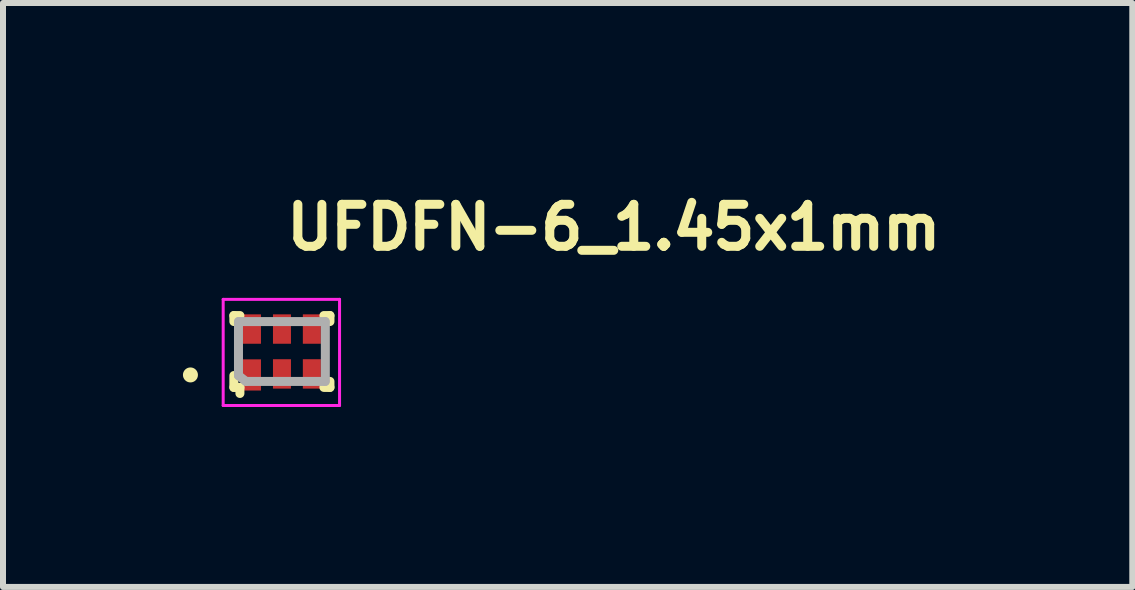
<source format=kicad_pcb>
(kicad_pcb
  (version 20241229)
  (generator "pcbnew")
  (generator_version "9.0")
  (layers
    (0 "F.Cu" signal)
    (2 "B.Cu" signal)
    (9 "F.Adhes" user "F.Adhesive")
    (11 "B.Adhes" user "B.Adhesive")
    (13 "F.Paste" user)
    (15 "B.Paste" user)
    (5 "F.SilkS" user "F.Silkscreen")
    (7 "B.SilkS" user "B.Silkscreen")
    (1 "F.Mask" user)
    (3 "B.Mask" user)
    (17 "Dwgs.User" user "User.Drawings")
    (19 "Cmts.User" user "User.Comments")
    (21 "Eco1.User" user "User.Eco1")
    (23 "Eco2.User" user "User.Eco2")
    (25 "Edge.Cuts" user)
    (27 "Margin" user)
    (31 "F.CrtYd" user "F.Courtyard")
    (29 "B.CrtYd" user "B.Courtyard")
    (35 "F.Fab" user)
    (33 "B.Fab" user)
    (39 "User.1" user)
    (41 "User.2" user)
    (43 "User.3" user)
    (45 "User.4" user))
  (footprint "UFDFN-6_1.45x1mm"
    (layer "F.Cu")
    (at 1.651 2.811)
    (property "Reference" "UFDFN-6_1.45x1mm" (at 0 -1.661 0) (layer "F.SilkS") (effects (font (size 0.7 0.7) (thickness 0.15)) (justify left bottom)))
    (attr smd)
    (fp_line (start -0.802 -0.6) (end -0.802 -0.5) (stroke (width 0.15) (type solid)) (layer "F.SilkS"))
    (fp_line (start -0.802 0.4) (end -0.802 0.598) (stroke (width 0.15) (type solid)) (layer "F.SilkS"))
    (fp_line (start -0.802 0.598) (end -0.701 0.598) (stroke (width 0.15) (type solid)) (layer "F.SilkS"))
    (fp_line (start -0.701 -0.6) (end -0.802 -0.6) (stroke (width 0.15) (type solid)) (layer "F.SilkS"))
    (fp_line (start -0.701 0.598) (end -0.701 0.699) (stroke (width 0.15) (type solid)) (layer "F.SilkS"))
    (fp_line (start 0.699 -0.6) (end 0.8 -0.6) (stroke (width 0.15) (type solid)) (layer "F.SilkS"))
    (fp_line (start 0.699 0.598) (end 0.8 0.598) (stroke (width 0.15) (type solid)) (layer "F.SilkS"))
    (fp_line (start 0.8 -0.6) (end 0.8 -0.5) (stroke (width 0.15) (type solid)) (layer "F.SilkS"))
    (fp_line (start 0.8 0.598) (end 0.8 0.498) (stroke (width 0.15) (type solid)) (layer "F.SilkS"))
    (fp_circle (center -1.526 0.39) (end -1.476 0.39) (stroke (width 0.15) (type solid)) (fill yes) (layer "F.SilkS"))
    (fp_line (start -0.98 -0.87) (end 0.96 -0.87) (stroke (width 0.05) (type solid)) (layer "F.CrtYd"))
    (fp_line (start -0.98 0.9) (end -0.98 -0.87) (stroke (width 0.05) (type solid)) (layer "F.CrtYd"))
    (fp_line (start -0.98 0.9) (end 0.96 0.9) (stroke (width 0.05) (type solid)) (layer "F.CrtYd"))
    (fp_line (start 0.96 0.9) (end 0.96 -0.87) (stroke (width 0.05) (type solid)) (layer "F.CrtYd"))
    (fp_line (start -0.725 0.4) (end -0.725 -0.5) (stroke (width 0.15) (type solid)) (layer "F.Fab"))
    (fp_line (start -0.725 0.4) (end -0.6 0.498) (stroke (width 0.15) (type solid)) (layer "F.Fab"))
    (fp_line (start -0.72 -0.5) (end 0.718 -0.5) (stroke (width 0.15) (type solid)) (layer "F.Fab"))
    (fp_line (start -0.6 0.498) (end 0.718 0.498) (stroke (width 0.15) (type solid)) (layer "F.Fab"))
    (fp_line (start 0.723 0.498) (end 0.723 -0.5) (stroke (width 0.15) (type solid)) (layer "F.Fab"))
    (fp_rect (start -0.725 -0.5) (end 0.723 0.498) (stroke (width 0.1) (type solid)) (fill no) (layer "User.5"))
    (fp_line (start -0.725 -0.5) (end -0.725 0.498) (stroke (width 0.02) (type solid)) (layer "User.9"))
    (fp_line (start -0.725 0.498) (end 0.723 0.498) (stroke (width 0.02) (type solid)) (layer "User.9"))
    (fp_line (start 0.458 -0.339) (end 0.458 -0.337) (stroke (width 0.02) (type solid)) (layer "User.9"))
    (fp_line (start 0.458 -0.339) (end 0.458 -0.337) (stroke (width 0.02) (type solid)) (layer "User.9"))
    (fp_line (start 0.458 -0.337) (end 0.458 -0.335) (stroke (width 0.02) (type solid)) (layer "User.9"))
    (fp_line (start 0.458 -0.337) (end 0.458 -0.335) (stroke (width 0.02) (type solid)) (layer "User.9"))
    (fp_line (start 0.458 -0.335) (end 0.458 -0.332) (stroke (width 0.02) (type solid)) (layer "User.9"))
    (fp_line (start 0.458 -0.335) (end 0.458 -0.332) (stroke (width 0.02) (type solid)) (layer "User.9"))
    (fp_line (start 0.458 -0.332) (end 0.458 -0.33) (stroke (width 0.02) (type solid)) (layer "User.9"))
    (fp_line (start 0.458 -0.332) (end 0.458 -0.33) (stroke (width 0.02) (type solid)) (layer "User.9"))
    (fp_line (start 0.458 -0.33) (end 0.458 -0.326) (stroke (width 0.02) (type solid)) (layer "User.9"))
    (fp_line (start 0.458 -0.33) (end 0.458 -0.326) (stroke (width 0.02) (type solid)) (layer "User.9"))
    (fp_line (start 0.458 -0.326) (end 0.458 -0.322) (stroke (width 0.02) (type solid)) (layer "User.9"))
    (fp_line (start 0.458 -0.326) (end 0.458 -0.322) (stroke (width 0.02) (type solid)) (layer "User.9"))
    (fp_line (start 0.458 -0.322) (end 0.459 -0.317) (stroke (width 0.02) (type solid)) (layer "User.9"))
    (fp_line (start 0.458 -0.322) (end 0.459 -0.317) (stroke (width 0.02) (type solid)) (layer "User.9"))
    (fp_line (start 0.459 -0.345) (end 0.459 -0.343) (stroke (width 0.02) (type solid)) (layer "User.9"))
    (fp_line (start 0.459 -0.345) (end 0.459 -0.343) (stroke (width 0.02) (type solid)) (layer "User.9"))
    (fp_line (start 0.459 -0.343) (end 0.459 -0.341) (stroke (width 0.02) (type solid)) (layer "User.9"))
    (fp_line (start 0.459 -0.343) (end 0.459 -0.341) (stroke (width 0.02) (type solid)) (layer "User.9"))
    (fp_line (start 0.459 -0.341) (end 0.458 -0.339) (stroke (width 0.02) (type solid)) (layer "User.9"))
    (fp_line (start 0.459 -0.341) (end 0.458 -0.339) (stroke (width 0.02) (type solid)) (layer "User.9"))
    (fp_line (start 0.459 -0.317) (end 0.46 -0.313) (stroke (width 0.02) (type solid)) (layer "User.9"))
    (fp_line (start 0.459 -0.317) (end 0.46 -0.313) (stroke (width 0.02) (type solid)) (layer "User.9"))
    (fp_line (start 0.46 -0.347) (end 0.459 -0.345) (stroke (width 0.02) (type solid)) (layer "User.9"))
    (fp_line (start 0.46 -0.347) (end 0.459 -0.345) (stroke (width 0.02) (type solid)) (layer "User.9"))
    (fp_line (start 0.46 -0.313) (end 0.461 -0.309) (stroke (width 0.02) (type solid)) (layer "User.9"))
    (fp_line (start 0.46 -0.313) (end 0.461 -0.309) (stroke (width 0.02) (type solid)) (layer "User.9"))
    (fp_line (start 0.461 -0.35) (end 0.461 -0.349) (stroke (width 0.02) (type solid)) (layer "User.9"))
    (fp_line (start 0.461 -0.35) (end 0.461 -0.349) (stroke (width 0.02) (type solid)) (layer "User.9"))
    (fp_line (start 0.461 -0.349) (end 0.46 -0.347) (stroke (width 0.02) (type solid)) (layer "User.9"))
    (fp_line (start 0.461 -0.349) (end 0.46 -0.347) (stroke (width 0.02) (type solid)) (layer "User.9"))
    (fp_line (start 0.461 -0.309) (end 0.463 -0.306) (stroke (width 0.02) (type solid)) (layer "User.9"))
    (fp_line (start 0.461 -0.309) (end 0.463 -0.306) (stroke (width 0.02) (type solid)) (layer "User.9"))
    (fp_line (start 0.462 -0.352) (end 0.461 -0.35) (stroke (width 0.02) (type solid)) (layer "User.9"))
    (fp_line (start 0.462 -0.352) (end 0.461 -0.35) (stroke (width 0.02) (type solid)) (layer "User.9"))
    (fp_line (start 0.463 -0.355) (end 0.463 -0.353) (stroke (width 0.02) (type solid)) (layer "User.9"))
    (fp_line (start 0.463 -0.355) (end 0.463 -0.353) (stroke (width 0.02) (type solid)) (layer "User.9"))
    (fp_line (start 0.463 -0.353) (end 0.462 -0.352) (stroke (width 0.02) (type solid)) (layer "User.9"))
    (fp_line (start 0.463 -0.353) (end 0.462 -0.352) (stroke (width 0.02) (type solid)) (layer "User.9"))
    (fp_line (start 0.463 -0.306) (end 0.464 -0.302) (stroke (width 0.02) (type solid)) (layer "User.9"))
    (fp_line (start 0.463 -0.306) (end 0.464 -0.302) (stroke (width 0.02) (type solid)) (layer "User.9"))
    (fp_line (start 0.464 -0.357) (end 0.463 -0.355) (stroke (width 0.02) (type solid)) (layer "User.9"))
    (fp_line (start 0.464 -0.357) (end 0.463 -0.355) (stroke (width 0.02) (type solid)) (layer "User.9"))
    (fp_line (start 0.464 -0.302) (end 0.466 -0.298) (stroke (width 0.02) (type solid)) (layer "User.9"))
    (fp_line (start 0.464 -0.302) (end 0.466 -0.298) (stroke (width 0.02) (type solid)) (layer "User.9"))
    (fp_line (start 0.465 -0.359) (end 0.464 -0.357) (stroke (width 0.02) (type solid)) (layer "User.9"))
    (fp_line (start 0.465 -0.359) (end 0.464 -0.357) (stroke (width 0.02) (type solid)) (layer "User.9"))
    (fp_line (start 0.466 -0.36) (end 0.465 -0.359) (stroke (width 0.02) (type solid)) (layer "User.9"))
    (fp_line (start 0.466 -0.36) (end 0.465 -0.359) (stroke (width 0.02) (type solid)) (layer "User.9"))
    (fp_line (start 0.466 -0.298) (end 0.468 -0.295) (stroke (width 0.02) (type solid)) (layer "User.9"))
    (fp_line (start 0.466 -0.298) (end 0.468 -0.295) (stroke (width 0.02) (type solid)) (layer "User.9"))
    (fp_line (start 0.467 -0.362) (end 0.466 -0.36) (stroke (width 0.02) (type solid)) (layer "User.9"))
    (fp_line (start 0.467 -0.362) (end 0.466 -0.36) (stroke (width 0.02) (type solid)) (layer "User.9"))
    (fp_line (start 0.468 -0.364) (end 0.467 -0.362) (stroke (width 0.02) (type solid)) (layer "User.9"))
    (fp_line (start 0.468 -0.364) (end 0.467 -0.362) (stroke (width 0.02) (type solid)) (layer "User.9"))
    (fp_line (start 0.468 -0.295) (end 0.471 -0.292) (stroke (width 0.02) (type solid)) (layer "User.9"))
    (fp_line (start 0.468 -0.295) (end 0.471 -0.292) (stroke (width 0.02) (type solid)) (layer "User.9"))
    (fp_line (start 0.469 -0.365) (end 0.468 -0.364) (stroke (width 0.02) (type solid)) (layer "User.9"))
    (fp_line (start 0.469 -0.365) (end 0.468 -0.364) (stroke (width 0.02) (type solid)) (layer "User.9"))
    (fp_line (start 0.471 -0.367) (end 0.469 -0.365) (stroke (width 0.02) (type solid)) (layer "User.9"))
    (fp_line (start 0.471 -0.367) (end 0.469 -0.365) (stroke (width 0.02) (type solid)) (layer "User.9"))
    (fp_line (start 0.471 -0.292) (end 0.473 -0.289) (stroke (width 0.02) (type solid)) (layer "User.9"))
    (fp_line (start 0.471 -0.292) (end 0.473 -0.289) (stroke (width 0.02) (type solid)) (layer "User.9"))
    (fp_line (start 0.472 -0.369) (end 0.471 -0.367) (stroke (width 0.02) (type solid)) (layer "User.9"))
    (fp_line (start 0.472 -0.369) (end 0.471 -0.367) (stroke (width 0.02) (type solid)) (layer "User.9"))
    (fp_line (start 0.473 -0.37) (end 0.472 -0.369) (stroke (width 0.02) (type solid)) (layer "User.9"))
    (fp_line (start 0.473 -0.37) (end 0.472 -0.369) (stroke (width 0.02) (type solid)) (layer "User.9"))
    (fp_line (start 0.473 -0.289) (end 0.476 -0.287) (stroke (width 0.02) (type solid)) (layer "User.9"))
    (fp_line (start 0.473 -0.289) (end 0.476 -0.287) (stroke (width 0.02) (type solid)) (layer "User.9"))
    (fp_line (start 0.474 -0.372) (end 0.473 -0.37) (stroke (width 0.02) (type solid)) (layer "User.9"))
    (fp_line (start 0.474 -0.372) (end 0.473 -0.37) (stroke (width 0.02) (type solid)) (layer "User.9"))
    (fp_line (start 0.476 -0.373) (end 0.474 -0.372) (stroke (width 0.02) (type solid)) (layer "User.9"))
    (fp_line (start 0.476 -0.373) (end 0.474 -0.372) (stroke (width 0.02) (type solid)) (layer "User.9"))
    (fp_line (start 0.476 -0.287) (end 0.479 -0.284) (stroke (width 0.02) (type solid)) (layer "User.9"))
    (fp_line (start 0.476 -0.287) (end 0.479 -0.284) (stroke (width 0.02) (type solid)) (layer "User.9"))
    (fp_line (start 0.477 -0.375) (end 0.476 -0.373) (stroke (width 0.02) (type solid)) (layer "User.9"))
    (fp_line (start 0.477 -0.375) (end 0.476 -0.373) (stroke (width 0.02) (type solid)) (layer "User.9"))
    (fp_line (start 0.479 -0.377) (end 0.479 -0.376) (stroke (width 0.02) (type solid)) (layer "User.9"))
    (fp_line (start 0.479 -0.377) (end 0.479 -0.376) (stroke (width 0.02) (type solid)) (layer "User.9"))
    (fp_line (start 0.479 -0.376) (end 0.477 -0.375) (stroke (width 0.02) (type solid)) (layer "User.9"))
    (fp_line (start 0.479 -0.376) (end 0.477 -0.375) (stroke (width 0.02) (type solid)) (layer "User.9"))
    (fp_line (start 0.479 -0.284) (end 0.481 -0.281) (stroke (width 0.02) (type solid)) (layer "User.9"))
    (fp_line (start 0.479 -0.284) (end 0.481 -0.281) (stroke (width 0.02) (type solid)) (layer "User.9"))
    (fp_line (start 0.481 -0.379) (end 0.479 -0.377) (stroke (width 0.02) (type solid)) (layer "User.9"))
    (fp_line (start 0.481 -0.379) (end 0.479 -0.377) (stroke (width 0.02) (type solid)) (layer "User.9"))
    (fp_line (start 0.481 -0.281) (end 0.484 -0.279) (stroke (width 0.02) (type solid)) (layer "User.9"))
    (fp_line (start 0.481 -0.281) (end 0.484 -0.279) (stroke (width 0.02) (type solid)) (layer "User.9"))
    (fp_line (start 0.483 -0.38) (end 0.481 -0.379) (stroke (width 0.02) (type solid)) (layer "User.9"))
    (fp_line (start 0.483 -0.38) (end 0.481 -0.379) (stroke (width 0.02) (type solid)) (layer "User.9"))
    (fp_line (start 0.484 -0.381) (end 0.483 -0.38) (stroke (width 0.02) (type solid)) (layer "User.9"))
    (fp_line (start 0.484 -0.381) (end 0.483 -0.38) (stroke (width 0.02) (type solid)) (layer "User.9"))
    (fp_line (start 0.484 -0.279) (end 0.488 -0.277) (stroke (width 0.02) (type solid)) (layer "User.9"))
    (fp_line (start 0.484 -0.279) (end 0.488 -0.277) (stroke (width 0.02) (type solid)) (layer "User.9"))
    (fp_line (start 0.486 -0.382) (end 0.484 -0.381) (stroke (width 0.02) (type solid)) (layer "User.9"))
    (fp_line (start 0.486 -0.382) (end 0.484 -0.381) (stroke (width 0.02) (type solid)) (layer "User.9"))
    (fp_line (start 0.488 -0.383) (end 0.486 -0.382) (stroke (width 0.02) (type solid)) (layer "User.9"))
    (fp_line (start 0.488 -0.383) (end 0.486 -0.382) (stroke (width 0.02) (type solid)) (layer "User.9"))
    (fp_line (start 0.488 -0.383) (end 0.488 -0.383) (stroke (width 0.02) (type solid)) (layer "User.9"))
    (fp_line (start 0.488 -0.383) (end 0.488 -0.383) (stroke (width 0.02) (type solid)) (layer "User.9"))
    (fp_line (start 0.488 -0.277) (end 0.488 -0.277) (stroke (width 0.02) (type solid)) (layer "User.9"))
    (fp_line (start 0.488 -0.277) (end 0.488 -0.277) (stroke (width 0.02) (type solid)) (layer "User.9"))
    (fp_line (start 0.488 -0.277) (end 0.491 -0.275) (stroke (width 0.02) (type solid)) (layer "User.9"))
    (fp_line (start 0.488 -0.277) (end 0.491 -0.275) (stroke (width 0.02) (type solid)) (layer "User.9"))
    (fp_line (start 0.491 -0.386) (end 0.488 -0.383) (stroke (width 0.02) (type solid)) (layer "User.9"))
    (fp_line (start 0.491 -0.386) (end 0.488 -0.383) (stroke (width 0.02) (type solid)) (layer "User.9"))
    (fp_line (start 0.491 -0.275) (end 0.495 -0.273) (stroke (width 0.02) (type solid)) (layer "User.9"))
    (fp_line (start 0.491 -0.275) (end 0.495 -0.273) (stroke (width 0.02) (type solid)) (layer "User.9"))
    (fp_line (start 0.495 -0.388) (end 0.491 -0.386) (stroke (width 0.02) (type solid)) (layer "User.9"))
    (fp_line (start 0.495 -0.388) (end 0.491 -0.386) (stroke (width 0.02) (type solid)) (layer "User.9"))
    (fp_line (start 0.495 -0.273) (end 0.499 -0.272) (stroke (width 0.02) (type solid)) (layer "User.9"))
    (fp_line (start 0.495 -0.273) (end 0.499 -0.272) (stroke (width 0.02) (type solid)) (layer "User.9"))
    (fp_line (start 0.499 -0.389) (end 0.495 -0.388) (stroke (width 0.02) (type solid)) (layer "User.9"))
    (fp_line (start 0.499 -0.389) (end 0.495 -0.388) (stroke (width 0.02) (type solid)) (layer "User.9"))
    (fp_line (start 0.499 -0.272) (end 0.503 -0.27) (stroke (width 0.02) (type solid)) (layer "User.9"))
    (fp_line (start 0.499 -0.272) (end 0.503 -0.27) (stroke (width 0.02) (type solid)) (layer "User.9"))
    (fp_line (start 0.503 -0.39) (end 0.499 -0.389) (stroke (width 0.02) (type solid)) (layer "User.9"))
    (fp_line (start 0.503 -0.39) (end 0.499 -0.389) (stroke (width 0.02) (type solid)) (layer "User.9"))
    (fp_line (start 0.503 -0.27) (end 0.507 -0.27) (stroke (width 0.02) (type solid)) (layer "User.9"))
    (fp_line (start 0.503 -0.27) (end 0.507 -0.27) (stroke (width 0.02) (type solid)) (layer "User.9"))
    (fp_line (start 0.507 -0.391) (end 0.503 -0.39) (stroke (width 0.02) (type solid)) (layer "User.9"))
    (fp_line (start 0.507 -0.391) (end 0.503 -0.39) (stroke (width 0.02) (type solid)) (layer "User.9"))
    (fp_line (start 0.507 -0.27) (end 0.512 -0.269) (stroke (width 0.02) (type solid)) (layer "User.9"))
    (fp_line (start 0.507 -0.27) (end 0.512 -0.269) (stroke (width 0.02) (type solid)) (layer "User.9"))
    (fp_line (start 0.512 -0.392) (end 0.507 -0.391) (stroke (width 0.02) (type solid)) (layer "User.9"))
    (fp_line (start 0.512 -0.392) (end 0.507 -0.391) (stroke (width 0.02) (type solid)) (layer "User.9"))
    (fp_line (start 0.512 -0.269) (end 0.516 -0.269) (stroke (width 0.02) (type solid)) (layer "User.9"))
    (fp_line (start 0.512 -0.269) (end 0.516 -0.269) (stroke (width 0.02) (type solid)) (layer "User.9"))
    (fp_line (start 0.516 -0.392) (end 0.512 -0.392) (stroke (width 0.02) (type solid)) (layer "User.9"))
    (fp_line (start 0.516 -0.392) (end 0.512 -0.392) (stroke (width 0.02) (type solid)) (layer "User.9"))
    (fp_line (start 0.516 -0.269) (end 0.52 -0.268) (stroke (width 0.02) (type solid)) (layer "User.9"))
    (fp_line (start 0.516 -0.269) (end 0.52 -0.268) (stroke (width 0.02) (type solid)) (layer "User.9"))
    (fp_line (start 0.52 -0.392) (end 0.516 -0.392) (stroke (width 0.02) (type solid)) (layer "User.9"))
    (fp_line (start 0.52 -0.392) (end 0.516 -0.392) (stroke (width 0.02) (type solid)) (layer "User.9"))
    (fp_line (start 0.52 -0.268) (end 0.524 -0.269) (stroke (width 0.02) (type solid)) (layer "User.9"))
    (fp_line (start 0.52 -0.268) (end 0.524 -0.269) (stroke (width 0.02) (type solid)) (layer "User.9"))
    (fp_line (start 0.524 -0.392) (end 0.52 -0.392) (stroke (width 0.02) (type solid)) (layer "User.9"))
    (fp_line (start 0.524 -0.392) (end 0.52 -0.392) (stroke (width 0.02) (type solid)) (layer "User.9"))
    (fp_line (start 0.524 -0.269) (end 0.528 -0.269) (stroke (width 0.02) (type solid)) (layer "User.9"))
    (fp_line (start 0.524 -0.269) (end 0.528 -0.269) (stroke (width 0.02) (type solid)) (layer "User.9"))
    (fp_line (start 0.528 -0.392) (end 0.524 -0.392) (stroke (width 0.02) (type solid)) (layer "User.9"))
    (fp_line (start 0.528 -0.392) (end 0.524 -0.392) (stroke (width 0.02) (type solid)) (layer "User.9"))
    (fp_line (start 0.528 -0.269) (end 0.532 -0.27) (stroke (width 0.02) (type solid)) (layer "User.9"))
    (fp_line (start 0.528 -0.269) (end 0.532 -0.27) (stroke (width 0.02) (type solid)) (layer "User.9"))
    (fp_line (start 0.532 -0.391) (end 0.528 -0.392) (stroke (width 0.02) (type solid)) (layer "User.9"))
    (fp_line (start 0.532 -0.391) (end 0.528 -0.392) (stroke (width 0.02) (type solid)) (layer "User.9"))
    (fp_line (start 0.532 -0.27) (end 0.536 -0.27) (stroke (width 0.02) (type solid)) (layer "User.9"))
    (fp_line (start 0.532 -0.27) (end 0.536 -0.27) (stroke (width 0.02) (type solid)) (layer "User.9"))
    (fp_line (start 0.536 -0.39) (end 0.532 -0.391) (stroke (width 0.02) (type solid)) (layer "User.9"))
    (fp_line (start 0.536 -0.39) (end 0.532 -0.391) (stroke (width 0.02) (type solid)) (layer "User.9"))
    (fp_line (start 0.536 -0.27) (end 0.54 -0.272) (stroke (width 0.02) (type solid)) (layer "User.9"))
    (fp_line (start 0.536 -0.27) (end 0.54 -0.272) (stroke (width 0.02) (type solid)) (layer "User.9"))
    (fp_line (start 0.54 -0.389) (end 0.536 -0.39) (stroke (width 0.02) (type solid)) (layer "User.9"))
    (fp_line (start 0.54 -0.389) (end 0.536 -0.39) (stroke (width 0.02) (type solid)) (layer "User.9"))
    (fp_line (start 0.54 -0.272) (end 0.543 -0.273) (stroke (width 0.02) (type solid)) (layer "User.9"))
    (fp_line (start 0.54 -0.272) (end 0.543 -0.273) (stroke (width 0.02) (type solid)) (layer "User.9"))
    (fp_line (start 0.543 -0.388) (end 0.54 -0.389) (stroke (width 0.02) (type solid)) (layer "User.9"))
    (fp_line (start 0.543 -0.388) (end 0.54 -0.389) (stroke (width 0.02) (type solid)) (layer "User.9"))
    (fp_line (start 0.543 -0.273) (end 0.547 -0.275) (stroke (width 0.02) (type solid)) (layer "User.9"))
    (fp_line (start 0.543 -0.273) (end 0.547 -0.275) (stroke (width 0.02) (type solid)) (layer "User.9"))
    (fp_line (start 0.547 -0.386) (end 0.543 -0.388) (stroke (width 0.02) (type solid)) (layer "User.9"))
    (fp_line (start 0.547 -0.386) (end 0.543 -0.388) (stroke (width 0.02) (type solid)) (layer "User.9"))
    (fp_line (start 0.547 -0.275) (end 0.551 -0.277) (stroke (width 0.02) (type solid)) (layer "User.9"))
    (fp_line (start 0.547 -0.275) (end 0.551 -0.277) (stroke (width 0.02) (type solid)) (layer "User.9"))
    (fp_line (start 0.551 -0.383) (end 0.547 -0.386) (stroke (width 0.02) (type solid)) (layer "User.9"))
    (fp_line (start 0.551 -0.383) (end 0.547 -0.386) (stroke (width 0.02) (type solid)) (layer "User.9"))
    (fp_line (start 0.551 -0.383) (end 0.551 -0.383) (stroke (width 0.02) (type solid)) (layer "User.9"))
    (fp_line (start 0.551 -0.383) (end 0.551 -0.383) (stroke (width 0.02) (type solid)) (layer "User.9"))
    (fp_line (start 0.551 -0.277) (end 0.551 -0.277) (stroke (width 0.02) (type solid)) (layer "User.9"))
    (fp_line (start 0.551 -0.277) (end 0.551 -0.277) (stroke (width 0.02) (type solid)) (layer "User.9"))
    (fp_line (start 0.551 -0.277) (end 0.553 -0.278) (stroke (width 0.02) (type solid)) (layer "User.9"))
    (fp_line (start 0.551 -0.277) (end 0.553 -0.278) (stroke (width 0.02) (type solid)) (layer "User.9"))
    (fp_line (start 0.553 -0.278) (end 0.554 -0.279) (stroke (width 0.02) (type solid)) (layer "User.9"))
    (fp_line (start 0.553 -0.278) (end 0.554 -0.279) (stroke (width 0.02) (type solid)) (layer "User.9"))
    (fp_line (start 0.554 -0.381) (end 0.551 -0.383) (stroke (width 0.02) (type solid)) (layer "User.9"))
    (fp_line (start 0.554 -0.381) (end 0.551 -0.383) (stroke (width 0.02) (type solid)) (layer "User.9"))
    (fp_line (start 0.554 -0.279) (end 0.556 -0.28) (stroke (width 0.02) (type solid)) (layer "User.9"))
    (fp_line (start 0.554 -0.279) (end 0.556 -0.28) (stroke (width 0.02) (type solid)) (layer "User.9"))
    (fp_line (start 0.556 -0.28) (end 0.558 -0.281) (stroke (width 0.02) (type solid)) (layer "User.9"))
    (fp_line (start 0.556 -0.28) (end 0.558 -0.281) (stroke (width 0.02) (type solid)) (layer "User.9"))
    (fp_line (start 0.558 -0.379) (end 0.554 -0.381) (stroke (width 0.02) (type solid)) (layer "User.9"))
    (fp_line (start 0.558 -0.379) (end 0.554 -0.381) (stroke (width 0.02) (type solid)) (layer "User.9"))
    (fp_line (start 0.558 -0.281) (end 0.559 -0.283) (stroke (width 0.02) (type solid)) (layer "User.9"))
    (fp_line (start 0.558 -0.281) (end 0.559 -0.283) (stroke (width 0.02) (type solid)) (layer "User.9"))
    (fp_line (start 0.559 -0.283) (end 0.561 -0.284) (stroke (width 0.02) (type solid)) (layer "User.9"))
    (fp_line (start 0.559 -0.283) (end 0.561 -0.284) (stroke (width 0.02) (type solid)) (layer "User.9"))
    (fp_line (start 0.561 -0.376) (end 0.558 -0.379) (stroke (width 0.02) (type solid)) (layer "User.9"))
    (fp_line (start 0.561 -0.376) (end 0.558 -0.379) (stroke (width 0.02) (type solid)) (layer "User.9"))
    (fp_line (start 0.561 -0.284) (end 0.562 -0.285) (stroke (width 0.02) (type solid)) (layer "User.9"))
    (fp_line (start 0.561 -0.284) (end 0.562 -0.285) (stroke (width 0.02) (type solid)) (layer "User.9"))
    (fp_line (start 0.562 -0.285) (end 0.564 -0.287) (stroke (width 0.02) (type solid)) (layer "User.9"))
    (fp_line (start 0.562 -0.285) (end 0.564 -0.287) (stroke (width 0.02) (type solid)) (layer "User.9"))
    (fp_line (start 0.564 -0.373) (end 0.561 -0.376) (stroke (width 0.02) (type solid)) (layer "User.9"))
    (fp_line (start 0.564 -0.373) (end 0.561 -0.376) (stroke (width 0.02) (type solid)) (layer "User.9"))
    (fp_line (start 0.564 -0.287) (end 0.565 -0.288) (stroke (width 0.02) (type solid)) (layer "User.9"))
    (fp_line (start 0.564 -0.287) (end 0.565 -0.288) (stroke (width 0.02) (type solid)) (layer "User.9"))
    (fp_line (start 0.565 -0.288) (end 0.567 -0.289) (stroke (width 0.02) (type solid)) (layer "User.9"))
    (fp_line (start 0.565 -0.288) (end 0.567 -0.289) (stroke (width 0.02) (type solid)) (layer "User.9"))
    (fp_line (start 0.567 -0.37) (end 0.564 -0.373) (stroke (width 0.02) (type solid)) (layer "User.9"))
    (fp_line (start 0.567 -0.37) (end 0.564 -0.373) (stroke (width 0.02) (type solid)) (layer "User.9"))
    (fp_line (start 0.567 -0.289) (end 0.568 -0.29) (stroke (width 0.02) (type solid)) (layer "User.9"))
    (fp_line (start 0.567 -0.289) (end 0.568 -0.29) (stroke (width 0.02) (type solid)) (layer "User.9"))
    (fp_line (start 0.568 -0.29) (end 0.569 -0.292) (stroke (width 0.02) (type solid)) (layer "User.9"))
    (fp_line (start 0.568 -0.29) (end 0.569 -0.292) (stroke (width 0.02) (type solid)) (layer "User.9"))
    (fp_line (start 0.569 -0.367) (end 0.567 -0.37) (stroke (width 0.02) (type solid)) (layer "User.9"))
    (fp_line (start 0.569 -0.367) (end 0.567 -0.37) (stroke (width 0.02) (type solid)) (layer "User.9"))
    (fp_line (start 0.569 -0.292) (end 0.57 -0.293) (stroke (width 0.02) (type solid)) (layer "User.9"))
    (fp_line (start 0.569 -0.292) (end 0.57 -0.293) (stroke (width 0.02) (type solid)) (layer "User.9"))
    (fp_line (start 0.57 -0.293) (end 0.571 -0.295) (stroke (width 0.02) (type solid)) (layer "User.9"))
    (fp_line (start 0.57 -0.293) (end 0.571 -0.295) (stroke (width 0.02) (type solid)) (layer "User.9"))
    (fp_line (start 0.571 -0.364) (end 0.569 -0.367) (stroke (width 0.02) (type solid)) (layer "User.9"))
    (fp_line (start 0.571 -0.364) (end 0.569 -0.367) (stroke (width 0.02) (type solid)) (layer "User.9"))
    (fp_line (start 0.571 -0.295) (end 0.573 -0.297) (stroke (width 0.02) (type solid)) (layer "User.9"))
    (fp_line (start 0.571 -0.295) (end 0.573 -0.297) (stroke (width 0.02) (type solid)) (layer "User.9"))
    (fp_line (start 0.573 -0.297) (end 0.574 -0.298) (stroke (width 0.02) (type solid)) (layer "User.9"))
    (fp_line (start 0.573 -0.297) (end 0.574 -0.298) (stroke (width 0.02) (type solid)) (layer "User.9"))
    (fp_line (start 0.574 -0.36) (end 0.571 -0.364) (stroke (width 0.02) (type solid)) (layer "User.9"))
    (fp_line (start 0.574 -0.36) (end 0.571 -0.364) (stroke (width 0.02) (type solid)) (layer "User.9"))
    (fp_line (start 0.574 -0.298) (end 0.575 -0.3) (stroke (width 0.02) (type solid)) (layer "User.9"))
    (fp_line (start 0.574 -0.298) (end 0.575 -0.3) (stroke (width 0.02) (type solid)) (layer "User.9"))
    (fp_line (start 0.575 -0.357) (end 0.574 -0.36) (stroke (width 0.02) (type solid)) (layer "User.9"))
    (fp_line (start 0.575 -0.357) (end 0.574 -0.36) (stroke (width 0.02) (type solid)) (layer "User.9"))
    (fp_line (start 0.575 -0.302) (end 0.576 -0.304) (stroke (width 0.02) (type solid)) (layer "User.9"))
    (fp_line (start 0.575 -0.302) (end 0.576 -0.304) (stroke (width 0.02) (type solid)) (layer "User.9"))
    (fp_line (start 0.575 -0.3) (end 0.575 -0.302) (stroke (width 0.02) (type solid)) (layer "User.9"))
    (fp_line (start 0.575 -0.3) (end 0.575 -0.302) (stroke (width 0.02) (type solid)) (layer "User.9"))
    (fp_line (start 0.576 -0.353) (end 0.575 -0.357) (stroke (width 0.02) (type solid)) (layer "User.9"))
    (fp_line (start 0.576 -0.353) (end 0.575 -0.357) (stroke (width 0.02) (type solid)) (layer "User.9"))
    (fp_line (start 0.576 -0.306) (end 0.577 -0.307) (stroke (width 0.02) (type solid)) (layer "User.9"))
    (fp_line (start 0.576 -0.306) (end 0.577 -0.307) (stroke (width 0.02) (type solid)) (layer "User.9"))
    (fp_line (start 0.576 -0.304) (end 0.576 -0.306) (stroke (width 0.02) (type solid)) (layer "User.9"))
    (fp_line (start 0.576 -0.304) (end 0.576 -0.306) (stroke (width 0.02) (type solid)) (layer "User.9"))
    (fp_line (start 0.577 -0.307) (end 0.578 -0.309) (stroke (width 0.02) (type solid)) (layer "User.9"))
    (fp_line (start 0.577 -0.307) (end 0.578 -0.309) (stroke (width 0.02) (type solid)) (layer "User.9"))
    (fp_line (start 0.578 -0.35) (end 0.576 -0.353) (stroke (width 0.02) (type solid)) (layer "User.9"))
    (fp_line (start 0.578 -0.35) (end 0.576 -0.353) (stroke (width 0.02) (type solid)) (layer "User.9"))
    (fp_line (start 0.578 -0.311) (end 0.579 -0.313) (stroke (width 0.02) (type solid)) (layer "User.9"))
    (fp_line (start 0.578 -0.311) (end 0.579 -0.313) (stroke (width 0.02) (type solid)) (layer "User.9"))
    (fp_line (start 0.578 -0.309) (end 0.578 -0.311) (stroke (width 0.02) (type solid)) (layer "User.9"))
    (fp_line (start 0.578 -0.309) (end 0.578 -0.311) (stroke (width 0.02) (type solid)) (layer "User.9"))
    (fp_line (start 0.579 -0.347) (end 0.578 -0.35) (stroke (width 0.02) (type solid)) (layer "User.9"))
    (fp_line (start 0.579 -0.347) (end 0.578 -0.35) (stroke (width 0.02) (type solid)) (layer "User.9"))
    (fp_line (start 0.579 -0.315) (end 0.58 -0.317) (stroke (width 0.02) (type solid)) (layer "User.9"))
    (fp_line (start 0.579 -0.315) (end 0.58 -0.317) (stroke (width 0.02) (type solid)) (layer "User.9"))
    (fp_line (start 0.579 -0.313) (end 0.579 -0.315) (stroke (width 0.02) (type solid)) (layer "User.9"))
    (fp_line (start 0.579 -0.313) (end 0.579 -0.315) (stroke (width 0.02) (type solid)) (layer "User.9"))
    (fp_line (start 0.58 -0.343) (end 0.579 -0.347) (stroke (width 0.02) (type solid)) (layer "User.9"))
    (fp_line (start 0.58 -0.343) (end 0.579 -0.347) (stroke (width 0.02) (type solid)) (layer "User.9"))
    (fp_line (start 0.58 -0.339) (end 0.58 -0.343) (stroke (width 0.02) (type solid)) (layer "User.9"))
    (fp_line (start 0.58 -0.339) (end 0.58 -0.343) (stroke (width 0.02) (type solid)) (layer "User.9"))
    (fp_line (start 0.58 -0.322) (end 0.581 -0.324) (stroke (width 0.02) (type solid)) (layer "User.9"))
    (fp_line (start 0.58 -0.322) (end 0.581 -0.324) (stroke (width 0.02) (type solid)) (layer "User.9"))
    (fp_line (start 0.58 -0.319) (end 0.58 -0.322) (stroke (width 0.02) (type solid)) (layer "User.9"))
    (fp_line (start 0.58 -0.319) (end 0.58 -0.322) (stroke (width 0.02) (type solid)) (layer "User.9"))
    (fp_line (start 0.58 -0.317) (end 0.58 -0.319) (stroke (width 0.02) (type solid)) (layer "User.9"))
    (fp_line (start 0.58 -0.317) (end 0.58 -0.319) (stroke (width 0.02) (type solid)) (layer "User.9"))
    (fp_line (start 0.581 -0.335) (end 0.58 -0.339) (stroke (width 0.02) (type solid)) (layer "User.9"))
    (fp_line (start 0.581 -0.335) (end 0.58 -0.339) (stroke (width 0.02) (type solid)) (layer "User.9"))
    (fp_line (start 0.581 -0.33) (end 0.581 -0.335) (stroke (width 0.02) (type solid)) (layer "User.9"))
    (fp_line (start 0.581 -0.33) (end 0.581 -0.335) (stroke (width 0.02) (type solid)) (layer "User.9"))
    (fp_line (start 0.581 -0.328) (end 0.581 -0.33) (stroke (width 0.02) (type solid)) (layer "User.9"))
    (fp_line (start 0.581 -0.328) (end 0.581 -0.33) (stroke (width 0.02) (type solid)) (layer "User.9"))
    (fp_line (start 0.581 -0.326) (end 0.581 -0.328) (stroke (width 0.02) (type solid)) (layer "User.9"))
    (fp_line (start 0.581 -0.326) (end 0.581 -0.328) (stroke (width 0.02) (type solid)) (layer "User.9"))
    (fp_line (start 0.581 -0.324) (end 0.581 -0.326) (stroke (width 0.02) (type solid)) (layer "User.9"))
    (fp_line (start 0.581 -0.324) (end 0.581 -0.326) (stroke (width 0.02) (type solid)) (layer "User.9"))
    (fp_line (start 0.723 -0.5) (end -0.725 -0.5) (stroke (width 0.02) (type solid)) (layer "User.9"))
    (fp_line (start 0.723 0.498) (end 0.723 -0.5) (stroke (width 0.02) (type solid)) (layer "User.9"))
    (pad "1" smd rect (at -0.5 0.39) (size 0.3 0.52) (layers "F.Cu" "F.Mask" "F.Paste"))
    (pad "2" smd rect (at 0 0.373) (size 0.3 0.49) (layers "F.Cu" "F.Mask" "F.Paste"))
    (pad "3" smd rect (at 0.498 0.373) (size 0.3 0.49) (layers "F.Cu" "F.Mask" "F.Paste"))
    (pad "4" smd rect (at 0.498 -0.375) (size 0.3 0.49) (layers "F.Cu" "F.Mask" "F.Paste"))
    (pad "5" smd rect (at 0 -0.375) (size 0.3 0.49) (layers "F.Cu" "F.Mask" "F.Paste"))
    (pad "6" smd rect (at -0.5 -0.375) (size 0.3 0.49) (layers "F.Cu" "F.Mask" "F.Paste")))
  (gr_rect
    (start -3 -3)
    (end 15.828 6.736)
    (stroke (width 0.1) (type default))
    (fill no)
    (layer "Edge.Cuts")))
</source>
